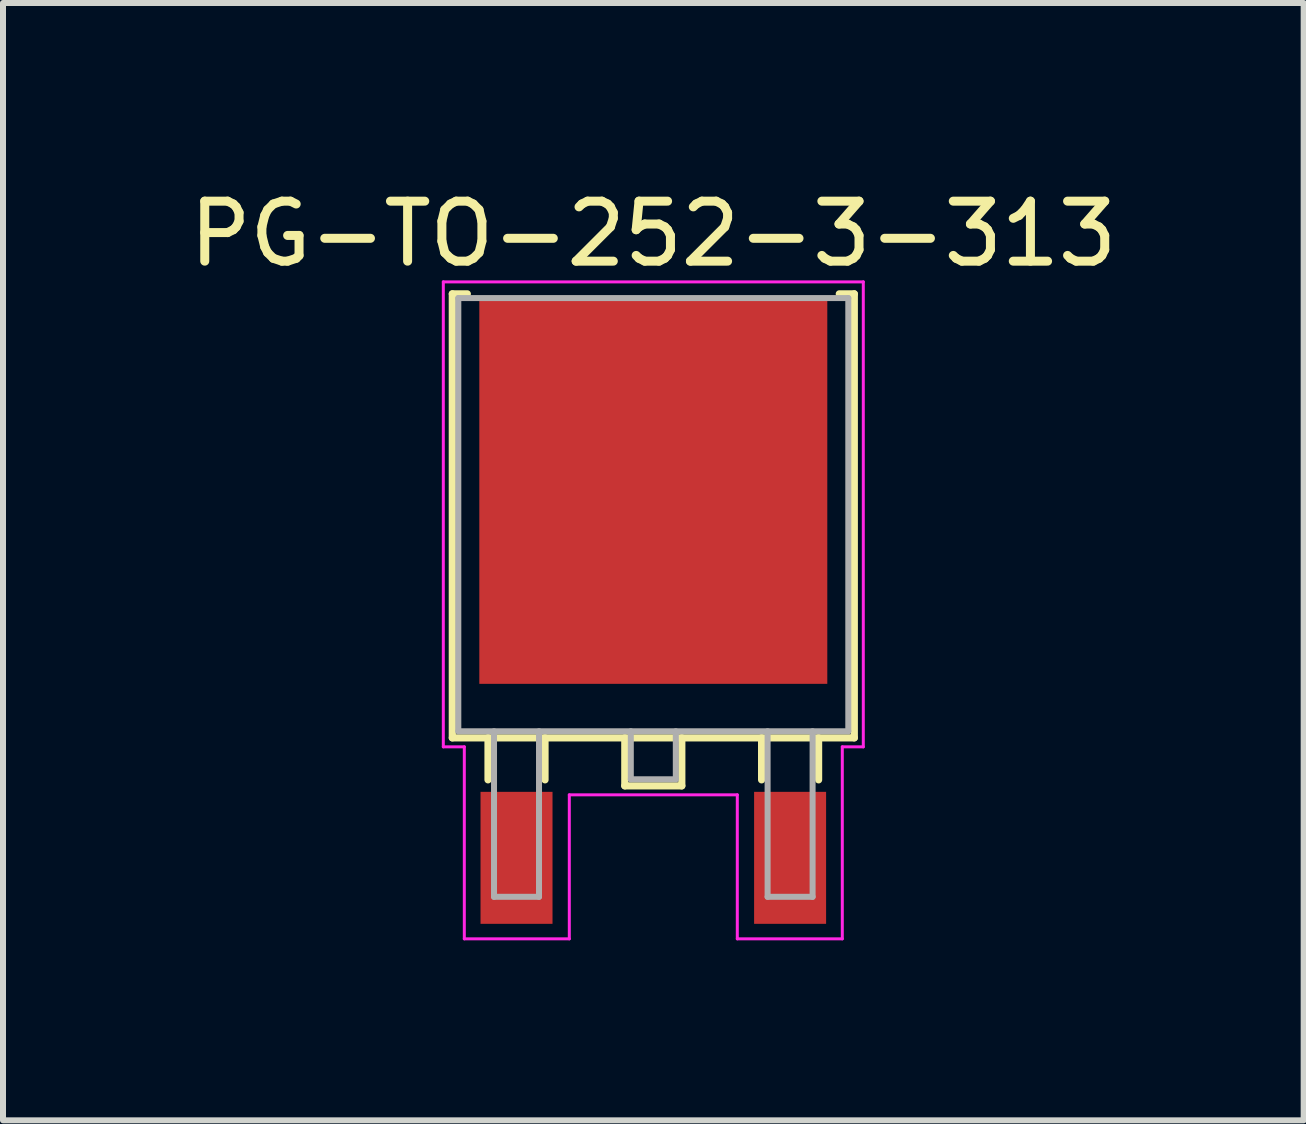
<source format=kicad_pcb>
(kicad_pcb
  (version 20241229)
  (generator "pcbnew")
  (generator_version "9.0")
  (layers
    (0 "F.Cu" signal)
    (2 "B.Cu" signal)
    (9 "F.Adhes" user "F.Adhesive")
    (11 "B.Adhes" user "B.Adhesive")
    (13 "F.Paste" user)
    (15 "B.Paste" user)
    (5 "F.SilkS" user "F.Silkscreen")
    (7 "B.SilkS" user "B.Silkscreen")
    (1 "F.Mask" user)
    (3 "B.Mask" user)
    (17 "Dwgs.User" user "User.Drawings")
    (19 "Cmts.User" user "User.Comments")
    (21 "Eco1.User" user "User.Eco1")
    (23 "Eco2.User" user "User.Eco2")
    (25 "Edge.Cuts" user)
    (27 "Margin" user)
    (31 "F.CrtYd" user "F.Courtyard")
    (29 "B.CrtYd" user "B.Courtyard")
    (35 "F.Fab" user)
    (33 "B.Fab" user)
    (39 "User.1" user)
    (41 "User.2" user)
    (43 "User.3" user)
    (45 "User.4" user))
  (footprint "PG-TO-252-3-313"
    (layer "F.Cu")
    (at 7.839 11.248)
    (property "Reference" "PG-TO-252-3-313" (at 0 -10.4 0) (layer "F.SilkS") (effects (font (size 1 1) (thickness 0.15))))
    (attr smd)
    (fp_line (start -3.35 -9.4) (end -3.35 -2) (stroke (width 0.12) (type solid)) (layer "F.SilkS"))
    (fp_line (start -3.35 -2) (end 3.35 -2) (stroke (width 0.12) (type solid)) (layer "F.SilkS"))
    (fp_line (start -3.1 -9.4) (end -3.35 -9.4) (stroke (width 0.12) (type solid)) (layer "F.SilkS"))
    (fp_line (start -2.755 -1.3) (end -2.755 -2) (stroke (width 0.12) (type solid)) (layer "F.SilkS"))
    (fp_line (start -1.805 -1.3) (end -1.805 -2) (stroke (width 0.12) (type solid)) (layer "F.SilkS"))
    (fp_line (start -0.475 -1.2) (end -0.475 -2) (stroke (width 0.12) (type solid)) (layer "F.SilkS"))
    (fp_line (start 0.475 -2) (end 0.475 -1.2) (stroke (width 0.12) (type solid)) (layer "F.SilkS"))
    (fp_line (start 0.475 -1.2) (end -0.475 -1.2) (stroke (width 0.12) (type solid)) (layer "F.SilkS"))
    (fp_line (start 1.805 -1.3) (end 1.805 -2) (stroke (width 0.12) (type solid)) (layer "F.SilkS"))
    (fp_line (start 2.755 -1.3) (end 2.755 -2) (stroke (width 0.12) (type solid)) (layer "F.SilkS"))
    (fp_line (start 3.35 -9.4) (end 3.1 -9.4) (stroke (width 0.12) (type solid)) (layer "F.SilkS"))
    (fp_line (start 3.35 -2) (end 3.35 -9.4) (stroke (width 0.12) (type solid)) (layer "F.SilkS"))
    (fp_line (start -3.5 -9.6) (end 3.5 -9.6) (stroke (width 0.05) (type solid)) (layer "F.CrtYd"))
    (fp_line (start -3.5 -1.85) (end -3.5 -9.6) (stroke (width 0.05) (type solid)) (layer "F.CrtYd"))
    (fp_line (start -3.15 -1.85) (end -3.5 -1.85) (stroke (width 0.05) (type solid)) (layer "F.CrtYd"))
    (fp_line (start -3.15 1.35) (end -3.15 -1.85) (stroke (width 0.05) (type solid)) (layer "F.CrtYd"))
    (fp_line (start -1.4 -1.05) (end -1.4 1.35) (stroke (width 0.05) (type solid)) (layer "F.CrtYd"))
    (fp_line (start -1.4 1.35) (end -3.15 1.35) (stroke (width 0.05) (type solid)) (layer "F.CrtYd"))
    (fp_line (start 1.4 -1.05) (end -1.4 -1.05) (stroke (width 0.05) (type solid)) (layer "F.CrtYd"))
    (fp_line (start 1.4 1.35) (end 1.4 -1.05) (stroke (width 0.05) (type solid)) (layer "F.CrtYd"))
    (fp_line (start 3.15 -1.85) (end 3.15 1.35) (stroke (width 0.05) (type solid)) (layer "F.CrtYd"))
    (fp_line (start 3.15 1.35) (end 1.4 1.35) (stroke (width 0.05) (type solid)) (layer "F.CrtYd"))
    (fp_line (start 3.5 -9.6) (end 3.5 -1.85) (stroke (width 0.05) (type solid)) (layer "F.CrtYd"))
    (fp_line (start 3.5 -1.85) (end 3.15 -1.85) (stroke (width 0.05) (type solid)) (layer "F.CrtYd"))
    (fp_line (start -3.25 -9.33) (end 3.25 -9.33) (stroke (width 0.1) (type solid)) (layer "F.Fab"))
    (fp_line (start -3.25 -2.11) (end -3.25 -9.33) (stroke (width 0.1) (type solid)) (layer "F.Fab"))
    (fp_line (start -2.655 -2.11) (end -2.655 0.65) (stroke (width 0.1) (type solid)) (layer "F.Fab"))
    (fp_line (start -2.655 0.65) (end -1.905 0.65) (stroke (width 0.1) (type solid)) (layer "F.Fab"))
    (fp_line (start -1.905 0.65) (end -1.905 -2.11) (stroke (width 0.1) (type solid)) (layer "F.Fab"))
    (fp_line (start -0.375 -2.11) (end -0.375 -1.31) (stroke (width 0.1) (type solid)) (layer "F.Fab"))
    (fp_line (start -0.375 -1.31) (end 0.375 -1.31) (stroke (width 0.1) (type solid)) (layer "F.Fab"))
    (fp_line (start 0.375 -1.31) (end 0.375 -2.11) (stroke (width 0.1) (type solid)) (layer "F.Fab"))
    (fp_line (start 1.905 0.65) (end 1.905 -2.11) (stroke (width 0.1) (type solid)) (layer "F.Fab"))
    (fp_line (start 2.655 -2.11) (end 2.655 0.65) (stroke (width 0.1) (type solid)) (layer "F.Fab"))
    (fp_line (start 2.655 0.65) (end 1.905 0.65) (stroke (width 0.1) (type solid)) (layer "F.Fab"))
    (fp_line (start 3.25 -9.33) (end 3.25 -2.11) (stroke (width 0.1) (type solid)) (layer "F.Fab"))
    (fp_line (start 3.25 -2.11) (end -3.25 -2.11) (stroke (width 0.1) (type solid)) (layer "F.Fab"))
    (pad "1" smd rect (at -2.28 0) (size 1.2 2.2) (layers "F.Cu" "F.Mask" "F.Paste"))
    (pad "2" smd rect (at 0 -6.1) (size 5.8 6.4) (layers "F.Cu" "F.Mask" "F.Paste"))
    (pad "3" smd rect (at 2.28 0) (size 1.2 2.2) (layers "F.Cu" "F.Mask" "F.Paste")))
  (gr_rect
    (start -3 -3)
    (end 18.679 15.623)
    (stroke (width 0.1) (type default))
    (fill no)
    (layer "Edge.Cuts")))
</source>
